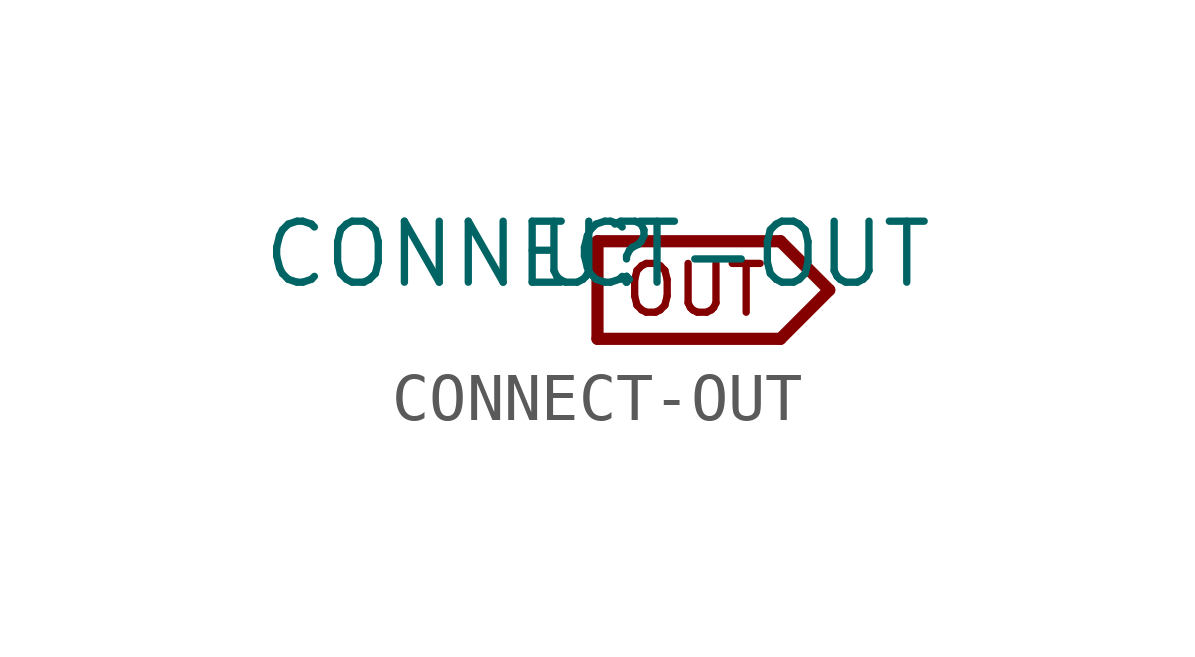
<source format=kicad_sym>
(kicad_symbol_lib
  (version 20211014)
  (generator kicad_symbol_editor)
  (symbol "CONNECT-OUT"
    (pin_names
      (offset 1.016))
    (property "Reference" "U"
      (at 0 0 0)
      (effects (font (size 1.27 1.27)) (justify bottom)))
    (property "Value" "CONNECT-OUT"
      (at 0 0.0 0)
      (effects (font (size 1.27 1.27)) (justify bottom)))
    (symbol "CONNECT-OUT_0_0"
      (polyline (pts (xy 0.0 1.016) (xy 3.81 1.016)) (stroke (width 0.254)))
      (polyline (pts (xy 3.81 1.016) (xy 4.826 0.0)) (stroke (width 0.254)))
      (polyline (pts (xy 4.826 0.0) (xy 3.81 -1.016)) (stroke (width 0.254)))
      (polyline (pts (xy 3.81 -1.016) (xy 0.0 -1.016)) (stroke (width 0.254)))
      (polyline (pts (xy 0.0 -1.016) (xy 0.0 1.016)) (stroke (width 0.254)))
      (text "OUT" (at 2.032 0.0 0) (effects (font (size 1.016 1.016)))))))
</source>
